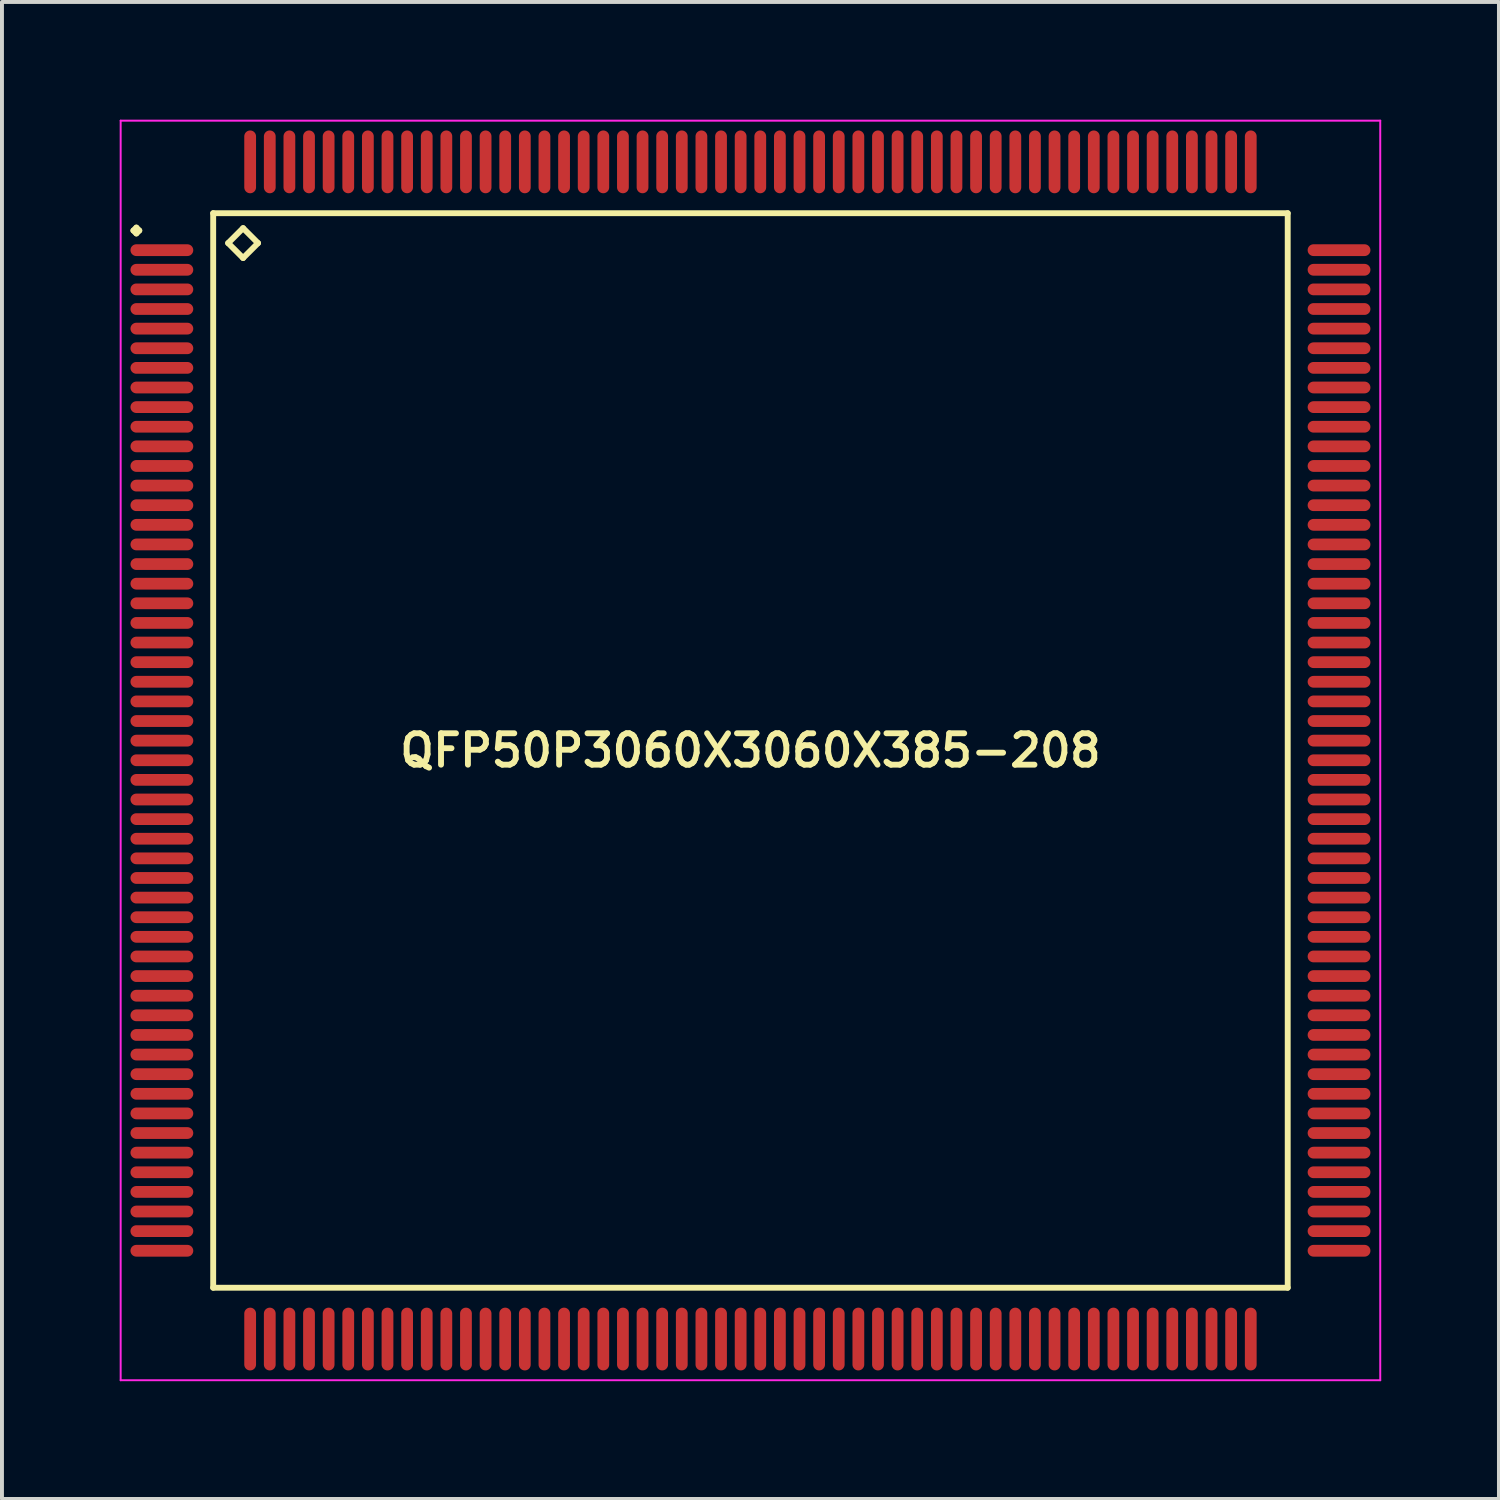
<source format=kicad_pcb>
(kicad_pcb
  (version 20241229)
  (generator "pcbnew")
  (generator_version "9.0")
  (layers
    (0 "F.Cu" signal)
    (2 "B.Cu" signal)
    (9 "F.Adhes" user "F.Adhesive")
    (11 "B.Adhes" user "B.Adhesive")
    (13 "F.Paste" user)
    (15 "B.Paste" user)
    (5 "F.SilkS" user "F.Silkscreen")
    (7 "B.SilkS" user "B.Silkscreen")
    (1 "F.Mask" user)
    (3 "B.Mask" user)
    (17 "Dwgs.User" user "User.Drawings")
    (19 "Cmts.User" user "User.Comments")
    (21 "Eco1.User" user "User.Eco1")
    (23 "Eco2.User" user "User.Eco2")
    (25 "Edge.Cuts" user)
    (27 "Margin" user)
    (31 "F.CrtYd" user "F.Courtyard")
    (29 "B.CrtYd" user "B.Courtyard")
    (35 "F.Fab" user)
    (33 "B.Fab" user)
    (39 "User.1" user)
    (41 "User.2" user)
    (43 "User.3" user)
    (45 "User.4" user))
  (footprint "QFP50P3060X3060X385-208"
    (layer "F.Cu")
    (at 16.075 16.075)
    (property "Reference" "QFP50P3060X3060X385-208" (at 0 0 0) (layer "F.SilkS") (effects (font (size 0.8 0.8) (thickness 0.15))))
    (attr smd)
    (fp_line (start -15.725 -13.25) (end -15.65 -13.325) (stroke (width 0.15) (type solid)) (layer "F.SilkS"))
    (fp_line (start -15.65 -13.325) (end -15.575 -13.25) (stroke (width 0.15) (type solid)) (layer "F.SilkS"))
    (fp_line (start -15.65 -13.175) (end -15.725 -13.25) (stroke (width 0.15) (type solid)) (layer "F.SilkS"))
    (fp_line (start -15.575 -13.25) (end -15.65 -13.175) (stroke (width 0.15) (type solid)) (layer "F.SilkS"))
    (fp_line (start -13.692 -13.692) (end -13.692 13.692) (stroke (width 0.15) (type solid)) (layer "F.SilkS"))
    (fp_line (start -13.692 13.692) (end 13.692 13.692) (stroke (width 0.15) (type solid)) (layer "F.SilkS"))
    (fp_line (start -13.311 -12.93) (end -12.93 -13.311) (stroke (width 0.15) (type solid)) (layer "F.SilkS"))
    (fp_line (start -12.93 -13.311) (end -12.549 -12.93) (stroke (width 0.15) (type solid)) (layer "F.SilkS"))
    (fp_line (start -12.93 -12.549) (end -13.311 -12.93) (stroke (width 0.15) (type solid)) (layer "F.SilkS"))
    (fp_line (start -12.549 -12.93) (end -12.93 -12.549) (stroke (width 0.15) (type solid)) (layer "F.SilkS"))
    (fp_line (start 13.692 -13.692) (end -13.692 -13.692) (stroke (width 0.15) (type solid)) (layer "F.SilkS"))
    (fp_line (start 13.692 13.692) (end 13.692 -13.692) (stroke (width 0.15) (type solid)) (layer "F.SilkS"))
    (fp_line (start -16.05 -16.05) (end 16.05 -16.05) (stroke (width 0.05) (type solid)) (layer "F.CrtYd"))
    (fp_line (start -16.05 16.05) (end -16.05 -16.05) (stroke (width 0.05) (type solid)) (layer "F.CrtYd"))
    (fp_line (start 16.05 -16.05) (end 16.05 16.05) (stroke (width 0.05) (type solid)) (layer "F.CrtYd"))
    (fp_line (start 16.05 16.05) (end -16.05 16.05) (stroke (width 0.05) (type solid)) (layer "F.CrtYd"))
    (pad "1" smd oval (at -15 -12.75) (size 1.6 0.3) (layers "F.Cu" "F.Mask" "F.Paste"))
    (pad "2" smd oval (at -15 -12.25) (size 1.6 0.3) (layers "F.Cu" "F.Mask" "F.Paste"))
    (pad "3" smd oval (at -15 -11.75) (size 1.6 0.3) (layers "F.Cu" "F.Mask" "F.Paste"))
    (pad "4" smd oval (at -15 -11.25) (size 1.6 0.3) (layers "F.Cu" "F.Mask" "F.Paste"))
    (pad "5" smd oval (at -15 -10.75) (size 1.6 0.3) (layers "F.Cu" "F.Mask" "F.Paste"))
    (pad "6" smd oval (at -15 -10.25) (size 1.6 0.3) (layers "F.Cu" "F.Mask" "F.Paste"))
    (pad "7" smd oval (at -15 -9.75) (size 1.6 0.3) (layers "F.Cu" "F.Mask" "F.Paste"))
    (pad "8" smd oval (at -15 -9.25) (size 1.6 0.3) (layers "F.Cu" "F.Mask" "F.Paste"))
    (pad "9" smd oval (at -15 -8.75) (size 1.6 0.3) (layers "F.Cu" "F.Mask" "F.Paste"))
    (pad "10" smd oval (at -15 -8.25) (size 1.6 0.3) (layers "F.Cu" "F.Mask" "F.Paste"))
    (pad "11" smd oval (at -15 -7.75) (size 1.6 0.3) (layers "F.Cu" "F.Mask" "F.Paste"))
    (pad "12" smd oval (at -15 -7.25) (size 1.6 0.3) (layers "F.Cu" "F.Mask" "F.Paste"))
    (pad "13" smd oval (at -15 -6.75) (size 1.6 0.3) (layers "F.Cu" "F.Mask" "F.Paste"))
    (pad "14" smd oval (at -15 -6.25) (size 1.6 0.3) (layers "F.Cu" "F.Mask" "F.Paste"))
    (pad "15" smd oval (at -15 -5.75) (size 1.6 0.3) (layers "F.Cu" "F.Mask" "F.Paste"))
    (pad "16" smd oval (at -15 -5.25) (size 1.6 0.3) (layers "F.Cu" "F.Mask" "F.Paste"))
    (pad "17" smd oval (at -15 -4.75) (size 1.6 0.3) (layers "F.Cu" "F.Mask" "F.Paste"))
    (pad "18" smd oval (at -15 -4.25) (size 1.6 0.3) (layers "F.Cu" "F.Mask" "F.Paste"))
    (pad "19" smd oval (at -15 -3.75) (size 1.6 0.3) (layers "F.Cu" "F.Mask" "F.Paste"))
    (pad "20" smd oval (at -15 -3.25) (size 1.6 0.3) (layers "F.Cu" "F.Mask" "F.Paste"))
    (pad "21" smd oval (at -15 -2.75) (size 1.6 0.3) (layers "F.Cu" "F.Mask" "F.Paste"))
    (pad "22" smd oval (at -15 -2.25) (size 1.6 0.3) (layers "F.Cu" "F.Mask" "F.Paste"))
    (pad "23" smd oval (at -15 -1.75) (size 1.6 0.3) (layers "F.Cu" "F.Mask" "F.Paste"))
    (pad "24" smd oval (at -15 -1.25) (size 1.6 0.3) (layers "F.Cu" "F.Mask" "F.Paste"))
    (pad "25" smd oval (at -15 -0.75) (size 1.6 0.3) (layers "F.Cu" "F.Mask" "F.Paste"))
    (pad "26" smd oval (at -15 -0.25) (size 1.6 0.3) (layers "F.Cu" "F.Mask" "F.Paste"))
    (pad "27" smd oval (at -15 0.25) (size 1.6 0.3) (layers "F.Cu" "F.Mask" "F.Paste"))
    (pad "28" smd oval (at -15 0.75) (size 1.6 0.3) (layers "F.Cu" "F.Mask" "F.Paste"))
    (pad "29" smd oval (at -15 1.25) (size 1.6 0.3) (layers "F.Cu" "F.Mask" "F.Paste"))
    (pad "30" smd oval (at -15 1.75) (size 1.6 0.3) (layers "F.Cu" "F.Mask" "F.Paste"))
    (pad "31" smd oval (at -15 2.25) (size 1.6 0.3) (layers "F.Cu" "F.Mask" "F.Paste"))
    (pad "32" smd oval (at -15 2.75) (size 1.6 0.3) (layers "F.Cu" "F.Mask" "F.Paste"))
    (pad "33" smd oval (at -15 3.25) (size 1.6 0.3) (layers "F.Cu" "F.Mask" "F.Paste"))
    (pad "34" smd oval (at -15 3.75) (size 1.6 0.3) (layers "F.Cu" "F.Mask" "F.Paste"))
    (pad "35" smd oval (at -15 4.25) (size 1.6 0.3) (layers "F.Cu" "F.Mask" "F.Paste"))
    (pad "36" smd oval (at -15 4.75) (size 1.6 0.3) (layers "F.Cu" "F.Mask" "F.Paste"))
    (pad "37" smd oval (at -15 5.25) (size 1.6 0.3) (layers "F.Cu" "F.Mask" "F.Paste"))
    (pad "38" smd oval (at -15 5.75) (size 1.6 0.3) (layers "F.Cu" "F.Mask" "F.Paste"))
    (pad "39" smd oval (at -15 6.25) (size 1.6 0.3) (layers "F.Cu" "F.Mask" "F.Paste"))
    (pad "40" smd oval (at -15 6.75) (size 1.6 0.3) (layers "F.Cu" "F.Mask" "F.Paste"))
    (pad "41" smd oval (at -15 7.25) (size 1.6 0.3) (layers "F.Cu" "F.Mask" "F.Paste"))
    (pad "42" smd oval (at -15 7.75) (size 1.6 0.3) (layers "F.Cu" "F.Mask" "F.Paste"))
    (pad "43" smd oval (at -15 8.25) (size 1.6 0.3) (layers "F.Cu" "F.Mask" "F.Paste"))
    (pad "44" smd oval (at -15 8.75) (size 1.6 0.3) (layers "F.Cu" "F.Mask" "F.Paste"))
    (pad "45" smd oval (at -15 9.25) (size 1.6 0.3) (layers "F.Cu" "F.Mask" "F.Paste"))
    (pad "46" smd oval (at -15 9.75) (size 1.6 0.3) (layers "F.Cu" "F.Mask" "F.Paste"))
    (pad "47" smd oval (at -15 10.25) (size 1.6 0.3) (layers "F.Cu" "F.Mask" "F.Paste"))
    (pad "48" smd oval (at -15 10.75) (size 1.6 0.3) (layers "F.Cu" "F.Mask" "F.Paste"))
    (pad "49" smd oval (at -15 11.25) (size 1.6 0.3) (layers "F.Cu" "F.Mask" "F.Paste"))
    (pad "50" smd oval (at -15 11.75) (size 1.6 0.3) (layers "F.Cu" "F.Mask" "F.Paste"))
    (pad "51" smd oval (at -15 12.25) (size 1.6 0.3) (layers "F.Cu" "F.Mask" "F.Paste"))
    (pad "52" smd oval (at -15 12.75) (size 1.6 0.3) (layers "F.Cu" "F.Mask" "F.Paste"))
    (pad "53" smd oval (at -12.75 15) (size 0.3 1.6) (layers "F.Cu" "F.Mask" "F.Paste"))
    (pad "54" smd oval (at -12.25 15) (size 0.3 1.6) (layers "F.Cu" "F.Mask" "F.Paste"))
    (pad "55" smd oval (at -11.75 15) (size 0.3 1.6) (layers "F.Cu" "F.Mask" "F.Paste"))
    (pad "56" smd oval (at -11.25 15) (size 0.3 1.6) (layers "F.Cu" "F.Mask" "F.Paste"))
    (pad "57" smd oval (at -10.75 15) (size 0.3 1.6) (layers "F.Cu" "F.Mask" "F.Paste"))
    (pad "58" smd oval (at -10.25 15) (size 0.3 1.6) (layers "F.Cu" "F.Mask" "F.Paste"))
    (pad "59" smd oval (at -9.75 15) (size 0.3 1.6) (layers "F.Cu" "F.Mask" "F.Paste"))
    (pad "60" smd oval (at -9.25 15) (size 0.3 1.6) (layers "F.Cu" "F.Mask" "F.Paste"))
    (pad "61" smd oval (at -8.75 15) (size 0.3 1.6) (layers "F.Cu" "F.Mask" "F.Paste"))
    (pad "62" smd oval (at -8.25 15) (size 0.3 1.6) (layers "F.Cu" "F.Mask" "F.Paste"))
    (pad "63" smd oval (at -7.75 15) (size 0.3 1.6) (layers "F.Cu" "F.Mask" "F.Paste"))
    (pad "64" smd oval (at -7.25 15) (size 0.3 1.6) (layers "F.Cu" "F.Mask" "F.Paste"))
    (pad "65" smd oval (at -6.75 15) (size 0.3 1.6) (layers "F.Cu" "F.Mask" "F.Paste"))
    (pad "66" smd oval (at -6.25 15) (size 0.3 1.6) (layers "F.Cu" "F.Mask" "F.Paste"))
    (pad "67" smd oval (at -5.75 15) (size 0.3 1.6) (layers "F.Cu" "F.Mask" "F.Paste"))
    (pad "68" smd oval (at -5.25 15) (size 0.3 1.6) (layers "F.Cu" "F.Mask" "F.Paste"))
    (pad "69" smd oval (at -4.75 15) (size 0.3 1.6) (layers "F.Cu" "F.Mask" "F.Paste"))
    (pad "70" smd oval (at -4.25 15) (size 0.3 1.6) (layers "F.Cu" "F.Mask" "F.Paste"))
    (pad "71" smd oval (at -3.75 15) (size 0.3 1.6) (layers "F.Cu" "F.Mask" "F.Paste"))
    (pad "72" smd oval (at -3.25 15) (size 0.3 1.6) (layers "F.Cu" "F.Mask" "F.Paste"))
    (pad "73" smd oval (at -2.75 15) (size 0.3 1.6) (layers "F.Cu" "F.Mask" "F.Paste"))
    (pad "74" smd oval (at -2.25 15) (size 0.3 1.6) (layers "F.Cu" "F.Mask" "F.Paste"))
    (pad "75" smd oval (at -1.75 15) (size 0.3 1.6) (layers "F.Cu" "F.Mask" "F.Paste"))
    (pad "76" smd oval (at -1.25 15) (size 0.3 1.6) (layers "F.Cu" "F.Mask" "F.Paste"))
    (pad "77" smd oval (at -0.75 15) (size 0.3 1.6) (layers "F.Cu" "F.Mask" "F.Paste"))
    (pad "78" smd oval (at -0.25 15) (size 0.3 1.6) (layers "F.Cu" "F.Mask" "F.Paste"))
    (pad "79" smd oval (at 0.25 15) (size 0.3 1.6) (layers "F.Cu" "F.Mask" "F.Paste"))
    (pad "80" smd oval (at 0.75 15) (size 0.3 1.6) (layers "F.Cu" "F.Mask" "F.Paste"))
    (pad "81" smd oval (at 1.25 15) (size 0.3 1.6) (layers "F.Cu" "F.Mask" "F.Paste"))
    (pad "82" smd oval (at 1.75 15) (size 0.3 1.6) (layers "F.Cu" "F.Mask" "F.Paste"))
    (pad "83" smd oval (at 2.25 15) (size 0.3 1.6) (layers "F.Cu" "F.Mask" "F.Paste"))
    (pad "84" smd oval (at 2.75 15) (size 0.3 1.6) (layers "F.Cu" "F.Mask" "F.Paste"))
    (pad "85" smd oval (at 3.25 15) (size 0.3 1.6) (layers "F.Cu" "F.Mask" "F.Paste"))
    (pad "86" smd oval (at 3.75 15) (size 0.3 1.6) (layers "F.Cu" "F.Mask" "F.Paste"))
    (pad "87" smd oval (at 4.25 15) (size 0.3 1.6) (layers "F.Cu" "F.Mask" "F.Paste"))
    (pad "88" smd oval (at 4.75 15) (size 0.3 1.6) (layers "F.Cu" "F.Mask" "F.Paste"))
    (pad "89" smd oval (at 5.25 15) (size 0.3 1.6) (layers "F.Cu" "F.Mask" "F.Paste"))
    (pad "90" smd oval (at 5.75 15) (size 0.3 1.6) (layers "F.Cu" "F.Mask" "F.Paste"))
    (pad "91" smd oval (at 6.25 15) (size 0.3 1.6) (layers "F.Cu" "F.Mask" "F.Paste"))
    (pad "92" smd oval (at 6.75 15) (size 0.3 1.6) (layers "F.Cu" "F.Mask" "F.Paste"))
    (pad "93" smd oval (at 7.25 15) (size 0.3 1.6) (layers "F.Cu" "F.Mask" "F.Paste"))
    (pad "94" smd oval (at 7.75 15) (size 0.3 1.6) (layers "F.Cu" "F.Mask" "F.Paste"))
    (pad "95" smd oval (at 8.25 15) (size 0.3 1.6) (layers "F.Cu" "F.Mask" "F.Paste"))
    (pad "96" smd oval (at 8.75 15) (size 0.3 1.6) (layers "F.Cu" "F.Mask" "F.Paste"))
    (pad "97" smd oval (at 9.25 15) (size 0.3 1.6) (layers "F.Cu" "F.Mask" "F.Paste"))
    (pad "98" smd oval (at 9.75 15) (size 0.3 1.6) (layers "F.Cu" "F.Mask" "F.Paste"))
    (pad "99" smd oval (at 10.25 15) (size 0.3 1.6) (layers "F.Cu" "F.Mask" "F.Paste"))
    (pad "100" smd oval (at 10.75 15) (size 0.3 1.6) (layers "F.Cu" "F.Mask" "F.Paste"))
    (pad "101" smd oval (at 11.25 15) (size 0.3 1.6) (layers "F.Cu" "F.Mask" "F.Paste"))
    (pad "102" smd oval (at 11.75 15) (size 0.3 1.6) (layers "F.Cu" "F.Mask" "F.Paste"))
    (pad "103" smd oval (at 12.25 15) (size 0.3 1.6) (layers "F.Cu" "F.Mask" "F.Paste"))
    (pad "104" smd oval (at 12.75 15) (size 0.3 1.6) (layers "F.Cu" "F.Mask" "F.Paste"))
    (pad "105" smd oval (at 15 12.75) (size 1.6 0.3) (layers "F.Cu" "F.Mask" "F.Paste"))
    (pad "106" smd oval (at 15 12.25) (size 1.6 0.3) (layers "F.Cu" "F.Mask" "F.Paste"))
    (pad "107" smd oval (at 15 11.75) (size 1.6 0.3) (layers "F.Cu" "F.Mask" "F.Paste"))
    (pad "108" smd oval (at 15 11.25) (size 1.6 0.3) (layers "F.Cu" "F.Mask" "F.Paste"))
    (pad "109" smd oval (at 15 10.75) (size 1.6 0.3) (layers "F.Cu" "F.Mask" "F.Paste"))
    (pad "110" smd oval (at 15 10.25) (size 1.6 0.3) (layers "F.Cu" "F.Mask" "F.Paste"))
    (pad "111" smd oval (at 15 9.75) (size 1.6 0.3) (layers "F.Cu" "F.Mask" "F.Paste"))
    (pad "112" smd oval (at 15 9.25) (size 1.6 0.3) (layers "F.Cu" "F.Mask" "F.Paste"))
    (pad "113" smd oval (at 15 8.75) (size 1.6 0.3) (layers "F.Cu" "F.Mask" "F.Paste"))
    (pad "114" smd oval (at 15 8.25) (size 1.6 0.3) (layers "F.Cu" "F.Mask" "F.Paste"))
    (pad "115" smd oval (at 15 7.75) (size 1.6 0.3) (layers "F.Cu" "F.Mask" "F.Paste"))
    (pad "116" smd oval (at 15 7.25) (size 1.6 0.3) (layers "F.Cu" "F.Mask" "F.Paste"))
    (pad "117" smd oval (at 15 6.75) (size 1.6 0.3) (layers "F.Cu" "F.Mask" "F.Paste"))
    (pad "118" smd oval (at 15 6.25) (size 1.6 0.3) (layers "F.Cu" "F.Mask" "F.Paste"))
    (pad "119" smd oval (at 15 5.75) (size 1.6 0.3) (layers "F.Cu" "F.Mask" "F.Paste"))
    (pad "120" smd oval (at 15 5.25) (size 1.6 0.3) (layers "F.Cu" "F.Mask" "F.Paste"))
    (pad "121" smd oval (at 15 4.75) (size 1.6 0.3) (layers "F.Cu" "F.Mask" "F.Paste"))
    (pad "122" smd oval (at 15 4.25) (size 1.6 0.3) (layers "F.Cu" "F.Mask" "F.Paste"))
    (pad "123" smd oval (at 15 3.75) (size 1.6 0.3) (layers "F.Cu" "F.Mask" "F.Paste"))
    (pad "124" smd oval (at 15 3.25) (size 1.6 0.3) (layers "F.Cu" "F.Mask" "F.Paste"))
    (pad "125" smd oval (at 15 2.75) (size 1.6 0.3) (layers "F.Cu" "F.Mask" "F.Paste"))
    (pad "126" smd oval (at 15 2.25) (size 1.6 0.3) (layers "F.Cu" "F.Mask" "F.Paste"))
    (pad "127" smd oval (at 15 1.75) (size 1.6 0.3) (layers "F.Cu" "F.Mask" "F.Paste"))
    (pad "128" smd oval (at 15 1.25) (size 1.6 0.3) (layers "F.Cu" "F.Mask" "F.Paste"))
    (pad "129" smd oval (at 15 0.75) (size 1.6 0.3) (layers "F.Cu" "F.Mask" "F.Paste"))
    (pad "130" smd oval (at 15 0.25) (size 1.6 0.3) (layers "F.Cu" "F.Mask" "F.Paste"))
    (pad "131" smd oval (at 15 -0.25) (size 1.6 0.3) (layers "F.Cu" "F.Mask" "F.Paste"))
    (pad "132" smd oval (at 15 -0.75) (size 1.6 0.3) (layers "F.Cu" "F.Mask" "F.Paste"))
    (pad "133" smd oval (at 15 -1.25) (size 1.6 0.3) (layers "F.Cu" "F.Mask" "F.Paste"))
    (pad "134" smd oval (at 15 -1.75) (size 1.6 0.3) (layers "F.Cu" "F.Mask" "F.Paste"))
    (pad "135" smd oval (at 15 -2.25) (size 1.6 0.3) (layers "F.Cu" "F.Mask" "F.Paste"))
    (pad "136" smd oval (at 15 -2.75) (size 1.6 0.3) (layers "F.Cu" "F.Mask" "F.Paste"))
    (pad "137" smd oval (at 15 -3.25) (size 1.6 0.3) (layers "F.Cu" "F.Mask" "F.Paste"))
    (pad "138" smd oval (at 15 -3.75) (size 1.6 0.3) (layers "F.Cu" "F.Mask" "F.Paste"))
    (pad "139" smd oval (at 15 -4.25) (size 1.6 0.3) (layers "F.Cu" "F.Mask" "F.Paste"))
    (pad "140" smd oval (at 15 -4.75) (size 1.6 0.3) (layers "F.Cu" "F.Mask" "F.Paste"))
    (pad "141" smd oval (at 15 -5.25) (size 1.6 0.3) (layers "F.Cu" "F.Mask" "F.Paste"))
    (pad "142" smd oval (at 15 -5.75) (size 1.6 0.3) (layers "F.Cu" "F.Mask" "F.Paste"))
    (pad "143" smd oval (at 15 -6.25) (size 1.6 0.3) (layers "F.Cu" "F.Mask" "F.Paste"))
    (pad "144" smd oval (at 15 -6.75) (size 1.6 0.3) (layers "F.Cu" "F.Mask" "F.Paste"))
    (pad "145" smd oval (at 15 -7.25) (size 1.6 0.3) (layers "F.Cu" "F.Mask" "F.Paste"))
    (pad "146" smd oval (at 15 -7.75) (size 1.6 0.3) (layers "F.Cu" "F.Mask" "F.Paste"))
    (pad "147" smd oval (at 15 -8.25) (size 1.6 0.3) (layers "F.Cu" "F.Mask" "F.Paste"))
    (pad "148" smd oval (at 15 -8.75) (size 1.6 0.3) (layers "F.Cu" "F.Mask" "F.Paste"))
    (pad "149" smd oval (at 15 -9.25) (size 1.6 0.3) (layers "F.Cu" "F.Mask" "F.Paste"))
    (pad "150" smd oval (at 15 -9.75) (size 1.6 0.3) (layers "F.Cu" "F.Mask" "F.Paste"))
    (pad "151" smd oval (at 15 -10.25) (size 1.6 0.3) (layers "F.Cu" "F.Mask" "F.Paste"))
    (pad "152" smd oval (at 15 -10.75) (size 1.6 0.3) (layers "F.Cu" "F.Mask" "F.Paste"))
    (pad "153" smd oval (at 15 -11.25) (size 1.6 0.3) (layers "F.Cu" "F.Mask" "F.Paste"))
    (pad "154" smd oval (at 15 -11.75) (size 1.6 0.3) (layers "F.Cu" "F.Mask" "F.Paste"))
    (pad "155" smd oval (at 15 -12.25) (size 1.6 0.3) (layers "F.Cu" "F.Mask" "F.Paste"))
    (pad "156" smd oval (at 15 -12.75) (size 1.6 0.3) (layers "F.Cu" "F.Mask" "F.Paste"))
    (pad "157" smd oval (at 12.75 -15) (size 0.3 1.6) (layers "F.Cu" "F.Mask" "F.Paste"))
    (pad "158" smd oval (at 12.25 -15) (size 0.3 1.6) (layers "F.Cu" "F.Mask" "F.Paste"))
    (pad "159" smd oval (at 11.75 -15) (size 0.3 1.6) (layers "F.Cu" "F.Mask" "F.Paste"))
    (pad "160" smd oval (at 11.25 -15) (size 0.3 1.6) (layers "F.Cu" "F.Mask" "F.Paste"))
    (pad "161" smd oval (at 10.75 -15) (size 0.3 1.6) (layers "F.Cu" "F.Mask" "F.Paste"))
    (pad "162" smd oval (at 10.25 -15) (size 0.3 1.6) (layers "F.Cu" "F.Mask" "F.Paste"))
    (pad "163" smd oval (at 9.75 -15) (size 0.3 1.6) (layers "F.Cu" "F.Mask" "F.Paste"))
    (pad "164" smd oval (at 9.25 -15) (size 0.3 1.6) (layers "F.Cu" "F.Mask" "F.Paste"))
    (pad "165" smd oval (at 8.75 -15) (size 0.3 1.6) (layers "F.Cu" "F.Mask" "F.Paste"))
    (pad "166" smd oval (at 8.25 -15) (size 0.3 1.6) (layers "F.Cu" "F.Mask" "F.Paste"))
    (pad "167" smd oval (at 7.75 -15) (size 0.3 1.6) (layers "F.Cu" "F.Mask" "F.Paste"))
    (pad "168" smd oval (at 7.25 -15) (size 0.3 1.6) (layers "F.Cu" "F.Mask" "F.Paste"))
    (pad "169" smd oval (at 6.75 -15) (size 0.3 1.6) (layers "F.Cu" "F.Mask" "F.Paste"))
    (pad "170" smd oval (at 6.25 -15) (size 0.3 1.6) (layers "F.Cu" "F.Mask" "F.Paste"))
    (pad "171" smd oval (at 5.75 -15) (size 0.3 1.6) (layers "F.Cu" "F.Mask" "F.Paste"))
    (pad "172" smd oval (at 5.25 -15) (size 0.3 1.6) (layers "F.Cu" "F.Mask" "F.Paste"))
    (pad "173" smd oval (at 4.75 -15) (size 0.3 1.6) (layers "F.Cu" "F.Mask" "F.Paste"))
    (pad "174" smd oval (at 4.25 -15) (size 0.3 1.6) (layers "F.Cu" "F.Mask" "F.Paste"))
    (pad "175" smd oval (at 3.75 -15) (size 0.3 1.6) (layers "F.Cu" "F.Mask" "F.Paste"))
    (pad "176" smd oval (at 3.25 -15) (size 0.3 1.6) (layers "F.Cu" "F.Mask" "F.Paste"))
    (pad "177" smd oval (at 2.75 -15) (size 0.3 1.6) (layers "F.Cu" "F.Mask" "F.Paste"))
    (pad "178" smd oval (at 2.25 -15) (size 0.3 1.6) (layers "F.Cu" "F.Mask" "F.Paste"))
    (pad "179" smd oval (at 1.75 -15) (size 0.3 1.6) (layers "F.Cu" "F.Mask" "F.Paste"))
    (pad "180" smd oval (at 1.25 -15) (size 0.3 1.6) (layers "F.Cu" "F.Mask" "F.Paste"))
    (pad "181" smd oval (at 0.75 -15) (size 0.3 1.6) (layers "F.Cu" "F.Mask" "F.Paste"))
    (pad "182" smd oval (at 0.25 -15) (size 0.3 1.6) (layers "F.Cu" "F.Mask" "F.Paste"))
    (pad "183" smd oval (at -0.25 -15) (size 0.3 1.6) (layers "F.Cu" "F.Mask" "F.Paste"))
    (pad "184" smd oval (at -0.75 -15) (size 0.3 1.6) (layers "F.Cu" "F.Mask" "F.Paste"))
    (pad "185" smd oval (at -1.25 -15) (size 0.3 1.6) (layers "F.Cu" "F.Mask" "F.Paste"))
    (pad "186" smd oval (at -1.75 -15) (size 0.3 1.6) (layers "F.Cu" "F.Mask" "F.Paste"))
    (pad "187" smd oval (at -2.25 -15) (size 0.3 1.6) (layers "F.Cu" "F.Mask" "F.Paste"))
    (pad "188" smd oval (at -2.75 -15) (size 0.3 1.6) (layers "F.Cu" "F.Mask" "F.Paste"))
    (pad "189" smd oval (at -3.25 -15) (size 0.3 1.6) (layers "F.Cu" "F.Mask" "F.Paste"))
    (pad "190" smd oval (at -3.75 -15) (size 0.3 1.6) (layers "F.Cu" "F.Mask" "F.Paste"))
    (pad "191" smd oval (at -4.25 -15) (size 0.3 1.6) (layers "F.Cu" "F.Mask" "F.Paste"))
    (pad "192" smd oval (at -4.75 -15) (size 0.3 1.6) (layers "F.Cu" "F.Mask" "F.Paste"))
    (pad "193" smd oval (at -5.25 -15) (size 0.3 1.6) (layers "F.Cu" "F.Mask" "F.Paste"))
    (pad "194" smd oval (at -5.75 -15) (size 0.3 1.6) (layers "F.Cu" "F.Mask" "F.Paste"))
    (pad "195" smd oval (at -6.25 -15) (size 0.3 1.6) (layers "F.Cu" "F.Mask" "F.Paste"))
    (pad "196" smd oval (at -6.75 -15) (size 0.3 1.6) (layers "F.Cu" "F.Mask" "F.Paste"))
    (pad "197" smd oval (at -7.25 -15) (size 0.3 1.6) (layers "F.Cu" "F.Mask" "F.Paste"))
    (pad "198" smd oval (at -7.75 -15) (size 0.3 1.6) (layers "F.Cu" "F.Mask" "F.Paste"))
    (pad "199" smd oval (at -8.25 -15) (size 0.3 1.6) (layers "F.Cu" "F.Mask" "F.Paste"))
    (pad "200" smd oval (at -8.75 -15) (size 0.3 1.6) (layers "F.Cu" "F.Mask" "F.Paste"))
    (pad "201" smd oval (at -9.25 -15) (size 0.3 1.6) (layers "F.Cu" "F.Mask" "F.Paste"))
    (pad "202" smd oval (at -9.75 -15) (size 0.3 1.6) (layers "F.Cu" "F.Mask" "F.Paste"))
    (pad "203" smd oval (at -10.25 -15) (size 0.3 1.6) (layers "F.Cu" "F.Mask" "F.Paste"))
    (pad "204" smd oval (at -10.75 -15) (size 0.3 1.6) (layers "F.Cu" "F.Mask" "F.Paste"))
    (pad "205" smd oval (at -11.25 -15) (size 0.3 1.6) (layers "F.Cu" "F.Mask" "F.Paste"))
    (pad "206" smd oval (at -11.75 -15) (size 0.3 1.6) (layers "F.Cu" "F.Mask" "F.Paste"))
    (pad "207" smd oval (at -12.25 -15) (size 0.3 1.6) (layers "F.Cu" "F.Mask" "F.Paste"))
    (pad "208" smd oval (at -12.75 -15) (size 0.3 1.6) (layers "F.Cu" "F.Mask" "F.Paste")))
  (gr_rect
    (start -3 -3)
    (end 35.15 35.15)
    (stroke (width 0.1) (type default))
    (fill no)
    (layer "Edge.Cuts")))
</source>
